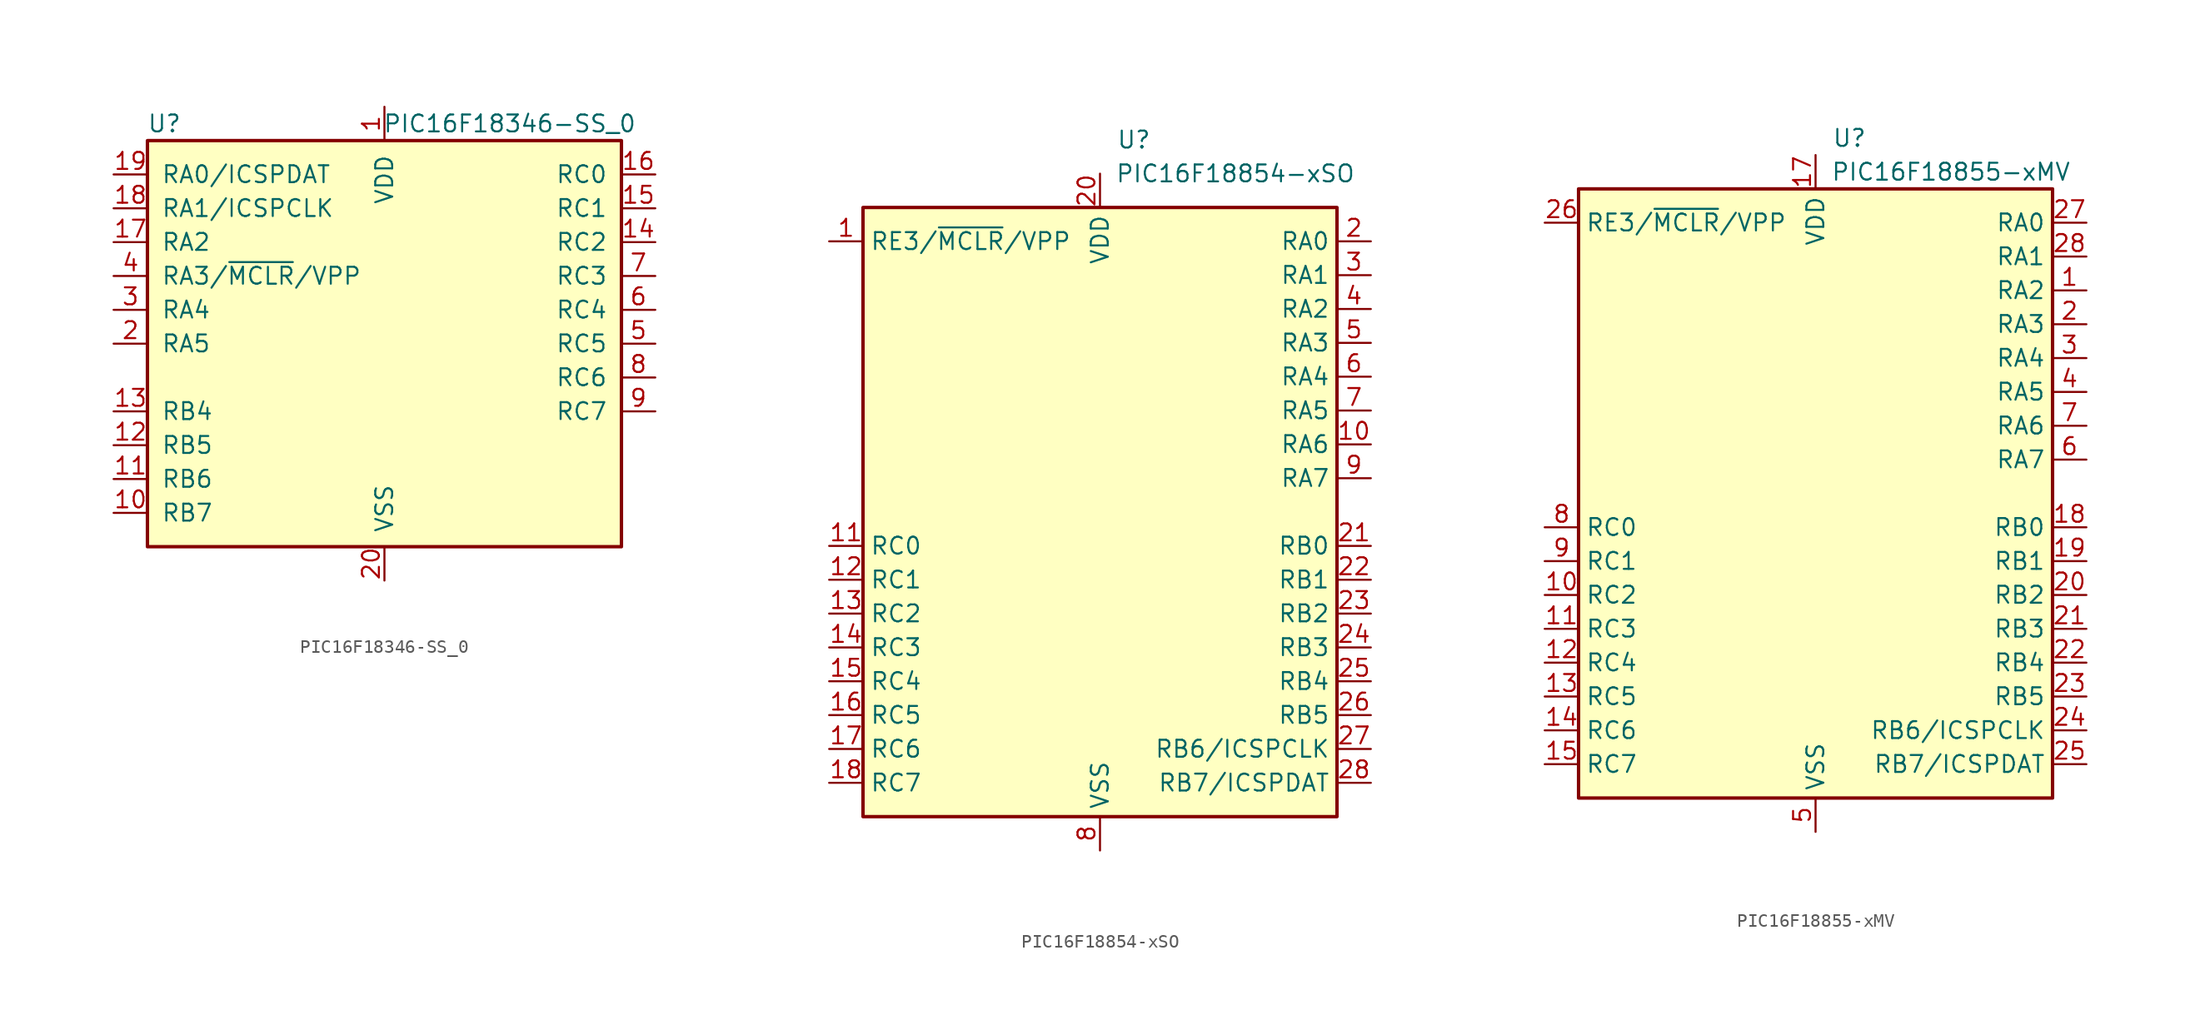
<source format=kicad_sym>
(kicad_symbol_lib
  (version 20220914)
  (generator kicad_symbol_editor)
  (symbol "PIC16F18346-SS_0"
    (pin_names
      (offset 1.016))
    (property "Reference" "U"
      (at -16.51 16.51 0)
      (effects (font (size 1.27 1.27))))
    (property "Value" "PIC16F18346-SS_0"
      (at 9.398 16.51 0)
      (effects (font (size 1.27 1.27))))
    (symbol "PIC16F18346-SS_0_0_1"
      (rectangle (start -17.78 15.24) (end 17.78 -15.24) (stroke (width 0.254) (type default)) (fill (type background))))
    (symbol "PIC16F18346-SS_0_1_1"
      (pin power_in line (at 0 17.78 270) (length 2.54) (name "VDD" (effects (font (size 1.27 1.27)))) (number "1" (effects (font (size 1.27 1.27)))))
      (pin bidirectional line (at -20.32 -12.7 0) (length 2.54) (name "RB7" (effects (font (size 1.27 1.27)))) (number "10" (effects (font (size 1.27 1.27)))))
      (pin bidirectional line (at -20.32 -10.16 0) (length 2.54) (name "RB6" (effects (font (size 1.27 1.27)))) (number "11" (effects (font (size 1.27 1.27)))))
      (pin bidirectional line (at -20.32 -7.62 0) (length 2.54) (name "RB5" (effects (font (size 1.27 1.27)))) (number "12" (effects (font (size 1.27 1.27)))))
      (pin bidirectional line (at -20.32 -5.08 0) (length 2.54) (name "RB4" (effects (font (size 1.27 1.27)))) (number "13" (effects (font (size 1.27 1.27)))))
      (pin bidirectional line (at 20.32 7.62 180) (length 2.54) (name "RC2" (effects (font (size 1.27 1.27)))) (number "14" (effects (font (size 1.27 1.27)))))
      (pin bidirectional line (at 20.32 10.16 180) (length 2.54) (name "RC1" (effects (font (size 1.27 1.27)))) (number "15" (effects (font (size 1.27 1.27)))))
      (pin bidirectional line (at 20.32 12.7 180) (length 2.54) (name "RC0" (effects (font (size 1.27 1.27)))) (number "16" (effects (font (size 1.27 1.27)))))
      (pin bidirectional line (at -20.32 7.62 0) (length 2.54) (name "RA2" (effects (font (size 1.27 1.27)))) (number "17" (effects (font (size 1.27 1.27)))))
      (pin bidirectional line (at -20.32 10.16 0) (length 2.54) (name "RA1/ICSPCLK" (effects (font (size 1.27 1.27)))) (number "18" (effects (font (size 1.27 1.27)))))
      (pin bidirectional line (at -20.32 12.7 0) (length 2.54) (name "RA0/ICSPDAT" (effects (font (size 1.27 1.27)))) (number "19" (effects (font (size 1.27 1.27)))))
      (pin bidirectional line (at -20.32 0 0) (length 2.54) (name "RA5" (effects (font (size 1.27 1.27)))) (number "2" (effects (font (size 1.27 1.27)))))
      (pin power_in line (at 0 -17.78 90) (length 2.54) (name "VSS" (effects (font (size 1.27 1.27)))) (number "20" (effects (font (size 1.27 1.27)))))
      (pin bidirectional line (at -20.32 2.54 0) (length 2.54) (name "RA4" (effects (font (size 1.27 1.27)))) (number "3" (effects (font (size 1.27 1.27)))))
      (pin bidirectional line (at -20.32 5.08 0) (length 2.54) (name "RA3/~{MCLR}/VPP" (effects (font (size 1.27 1.27)))) (number "4" (effects (font (size 1.27 1.27)))))
      (pin bidirectional line (at 20.32 0 180) (length 2.54) (name "RC5" (effects (font (size 1.27 1.27)))) (number "5" (effects (font (size 1.27 1.27)))))
      (pin bidirectional line (at 20.32 2.54 180) (length 2.54) (name "RC4" (effects (font (size 1.27 1.27)))) (number "6" (effects (font (size 1.27 1.27)))))
      (pin bidirectional line (at 20.32 5.08 180) (length 2.54) (name "RC3" (effects (font (size 1.27 1.27)))) (number "7" (effects (font (size 1.27 1.27)))))
      (pin bidirectional line (at 20.32 -2.54 180) (length 2.54) (name "RC6" (effects (font (size 1.27 1.27)))) (number "8" (effects (font (size 1.27 1.27)))))
      (pin bidirectional line (at 20.32 -5.08 180) (length 2.54) (name "RC7" (effects (font (size 1.27 1.27)))) (number "9" (effects (font (size 1.27 1.27)))))))
  (symbol "PIC16F18854-xSO"
    (property "Reference" "U"
      (at 2.54 27.94 0)
      (effects (font (size 1.27 1.27))))
    (property "Value" "PIC16F18854-xSO"
      (at 10.16 25.4 0)
      (effects (font (size 1.27 1.27))))
    (symbol "PIC16F18854-xSO_0_0"
      (pin passive line (at 0 -25.4 90) (length 2.54) hide (name "VSS" (effects (font (size 1.27 1.27)))) (number "19" (effects (font (size 1.27 1.27))))))
    (symbol "PIC16F18854-xSO_0_1"
      (rectangle (start -17.78 22.86) (end 17.78 -22.86) (stroke (width 0.254) (type default)) (fill (type background))))
    (symbol "PIC16F18854-xSO_1_1"
      (pin input line (at -20.32 20.32 0) (length 2.54) (name "RE3/~{MCLR}/VPP" (effects (font (size 1.27 1.27)))) (number "1" (effects (font (size 1.27 1.27)))))
      (pin bidirectional line (at 20.32 5.08 180) (length 2.54) (name "RA6" (effects (font (size 1.27 1.27)))) (number "10" (effects (font (size 1.27 1.27)))))
      (pin bidirectional line (at -20.32 -2.54 0) (length 2.54) (name "RC0" (effects (font (size 1.27 1.27)))) (number "11" (effects (font (size 1.27 1.27)))))
      (pin bidirectional line (at -20.32 -5.08 0) (length 2.54) (name "RC1" (effects (font (size 1.27 1.27)))) (number "12" (effects (font (size 1.27 1.27)))))
      (pin bidirectional line (at -20.32 -7.62 0) (length 2.54) (name "RC2" (effects (font (size 1.27 1.27)))) (number "13" (effects (font (size 1.27 1.27)))))
      (pin bidirectional line (at -20.32 -10.16 0) (length 2.54) (name "RC3" (effects (font (size 1.27 1.27)))) (number "14" (effects (font (size 1.27 1.27)))))
      (pin bidirectional line (at -20.32 -12.7 0) (length 2.54) (name "RC4" (effects (font (size 1.27 1.27)))) (number "15" (effects (font (size 1.27 1.27)))))
      (pin bidirectional line (at -20.32 -15.24 0) (length 2.54) (name "RC5" (effects (font (size 1.27 1.27)))) (number "16" (effects (font (size 1.27 1.27)))))
      (pin bidirectional line (at -20.32 -17.78 0) (length 2.54) (name "RC6" (effects (font (size 1.27 1.27)))) (number "17" (effects (font (size 1.27 1.27)))))
      (pin bidirectional line (at -20.32 -20.32 0) (length 2.54) (name "RC7" (effects (font (size 1.27 1.27)))) (number "18" (effects (font (size 1.27 1.27)))))
      (pin bidirectional line (at 20.32 20.32 180) (length 2.54) (name "RA0" (effects (font (size 1.27 1.27)))) (number "2" (effects (font (size 1.27 1.27)))))
      (pin power_in line (at 0 25.4 270) (length 2.54) (name "VDD" (effects (font (size 1.27 1.27)))) (number "20" (effects (font (size 1.27 1.27)))))
      (pin bidirectional line (at 20.32 -2.54 180) (length 2.54) (name "RB0" (effects (font (size 1.27 1.27)))) (number "21" (effects (font (size 1.27 1.27)))))
      (pin bidirectional line (at 20.32 -5.08 180) (length 2.54) (name "RB1" (effects (font (size 1.27 1.27)))) (number "22" (effects (font (size 1.27 1.27)))))
      (pin bidirectional line (at 20.32 -7.62 180) (length 2.54) (name "RB2" (effects (font (size 1.27 1.27)))) (number "23" (effects (font (size 1.27 1.27)))))
      (pin bidirectional line (at 20.32 -10.16 180) (length 2.54) (name "RB3" (effects (font (size 1.27 1.27)))) (number "24" (effects (font (size 1.27 1.27)))))
      (pin bidirectional line (at 20.32 -12.7 180) (length 2.54) (name "RB4" (effects (font (size 1.27 1.27)))) (number "25" (effects (font (size 1.27 1.27)))))
      (pin bidirectional line (at 20.32 -15.24 180) (length 2.54) (name "RB5" (effects (font (size 1.27 1.27)))) (number "26" (effects (font (size 1.27 1.27)))))
      (pin bidirectional line (at 20.32 -17.78 180) (length 2.54) (name "RB6/ICSPCLK" (effects (font (size 1.27 1.27)))) (number "27" (effects (font (size 1.27 1.27)))))
      (pin bidirectional line (at 20.32 -20.32 180) (length 2.54) (name "RB7/ICSPDAT" (effects (font (size 1.27 1.27)))) (number "28" (effects (font (size 1.27 1.27)))))
      (pin bidirectional line (at 20.32 17.78 180) (length 2.54) (name "RA1" (effects (font (size 1.27 1.27)))) (number "3" (effects (font (size 1.27 1.27)))))
      (pin bidirectional line (at 20.32 15.24 180) (length 2.54) (name "RA2" (effects (font (size 1.27 1.27)))) (number "4" (effects (font (size 1.27 1.27)))))
      (pin bidirectional line (at 20.32 12.7 180) (length 2.54) (name "RA3" (effects (font (size 1.27 1.27)))) (number "5" (effects (font (size 1.27 1.27)))))
      (pin bidirectional line (at 20.32 10.16 180) (length 2.54) (name "RA4" (effects (font (size 1.27 1.27)))) (number "6" (effects (font (size 1.27 1.27)))))
      (pin bidirectional line (at 20.32 7.62 180) (length 2.54) (name "RA5" (effects (font (size 1.27 1.27)))) (number "7" (effects (font (size 1.27 1.27)))))
      (pin power_in line (at 0 -25.4 90) (length 2.54) (name "VSS" (effects (font (size 1.27 1.27)))) (number "8" (effects (font (size 1.27 1.27)))))
      (pin bidirectional line (at 20.32 2.54 180) (length 2.54) (name "RA7" (effects (font (size 1.27 1.27)))) (number "9" (effects (font (size 1.27 1.27)))))))
  (symbol "PIC16F18855-xMV"
    (property "Reference" "U"
      (at 2.54 26.67 0)
      (effects (font (size 1.27 1.27))))
    (property "Value" "PIC16F18855-xMV"
      (at 10.16 24.13 0)
      (effects (font (size 1.27 1.27))))
    (symbol "PIC16F18855-xMV_0_0"
      (pin passive line (at 0 -25.4 90) (length 2.54) hide (name "VSS" (effects (font (size 1.27 1.27)))) (number "29" (effects (font (size 1.27 1.27))))))
    (symbol "PIC16F18855-xMV_0_1"
      (rectangle (start -17.78 22.86) (end 17.78 -22.86) (stroke (width 0.254) (type default)) (fill (type background))))
    (symbol "PIC16F18855-xMV_1_1"
      (pin bidirectional line (at 20.32 15.24 180) (length 2.54) (name "RA2" (effects (font (size 1.27 1.27)))) (number "1" (effects (font (size 1.27 1.27)))))
      (pin bidirectional line (at -20.32 -7.62 0) (length 2.54) (name "RC2" (effects (font (size 1.27 1.27)))) (number "10" (effects (font (size 1.27 1.27)))))
      (pin bidirectional line (at -20.32 -10.16 0) (length 2.54) (name "RC3" (effects (font (size 1.27 1.27)))) (number "11" (effects (font (size 1.27 1.27)))))
      (pin bidirectional line (at -20.32 -12.7 0) (length 2.54) (name "RC4" (effects (font (size 1.27 1.27)))) (number "12" (effects (font (size 1.27 1.27)))))
      (pin bidirectional line (at -20.32 -15.24 0) (length 2.54) (name "RC5" (effects (font (size 1.27 1.27)))) (number "13" (effects (font (size 1.27 1.27)))))
      (pin bidirectional line (at -20.32 -17.78 0) (length 2.54) (name "RC6" (effects (font (size 1.27 1.27)))) (number "14" (effects (font (size 1.27 1.27)))))
      (pin bidirectional line (at -20.32 -20.32 0) (length 2.54) (name "RC7" (effects (font (size 1.27 1.27)))) (number "15" (effects (font (size 1.27 1.27)))))
      (pin passive line (at 0 -25.4 90) (length 2.54) hide (name "VSS" (effects (font (size 1.27 1.27)))) (number "16" (effects (font (size 1.27 1.27)))))
      (pin power_in line (at 0 25.4 270) (length 2.54) (name "VDD" (effects (font (size 1.27 1.27)))) (number "17" (effects (font (size 1.27 1.27)))))
      (pin bidirectional line (at 20.32 -2.54 180) (length 2.54) (name "RB0" (effects (font (size 1.27 1.27)))) (number "18" (effects (font (size 1.27 1.27)))))
      (pin bidirectional line (at 20.32 -5.08 180) (length 2.54) (name "RB1" (effects (font (size 1.27 1.27)))) (number "19" (effects (font (size 1.27 1.27)))))
      (pin bidirectional line (at 20.32 12.7 180) (length 2.54) (name "RA3" (effects (font (size 1.27 1.27)))) (number "2" (effects (font (size 1.27 1.27)))))
      (pin bidirectional line (at 20.32 -7.62 180) (length 2.54) (name "RB2" (effects (font (size 1.27 1.27)))) (number "20" (effects (font (size 1.27 1.27)))))
      (pin bidirectional line (at 20.32 -10.16 180) (length 2.54) (name "RB3" (effects (font (size 1.27 1.27)))) (number "21" (effects (font (size 1.27 1.27)))))
      (pin bidirectional line (at 20.32 -12.7 180) (length 2.54) (name "RB4" (effects (font (size 1.27 1.27)))) (number "22" (effects (font (size 1.27 1.27)))))
      (pin bidirectional line (at 20.32 -15.24 180) (length 2.54) (name "RB5" (effects (font (size 1.27 1.27)))) (number "23" (effects (font (size 1.27 1.27)))))
      (pin bidirectional line (at 20.32 -17.78 180) (length 2.54) (name "RB6/ICSPCLK" (effects (font (size 1.27 1.27)))) (number "24" (effects (font (size 1.27 1.27)))))
      (pin bidirectional line (at 20.32 -20.32 180) (length 2.54) (name "RB7/ICSPDAT" (effects (font (size 1.27 1.27)))) (number "25" (effects (font (size 1.27 1.27)))))
      (pin input line (at -20.32 20.32 0) (length 2.54) (name "RE3/~{MCLR}/VPP" (effects (font (size 1.27 1.27)))) (number "26" (effects (font (size 1.27 1.27)))))
      (pin bidirectional line (at 20.32 20.32 180) (length 2.54) (name "RA0" (effects (font (size 1.27 1.27)))) (number "27" (effects (font (size 1.27 1.27)))))
      (pin bidirectional line (at 20.32 17.78 180) (length 2.54) (name "RA1" (effects (font (size 1.27 1.27)))) (number "28" (effects (font (size 1.27 1.27)))))
      (pin bidirectional line (at 20.32 10.16 180) (length 2.54) (name "RA4" (effects (font (size 1.27 1.27)))) (number "3" (effects (font (size 1.27 1.27)))))
      (pin bidirectional line (at 20.32 7.62 180) (length 2.54) (name "RA5" (effects (font (size 1.27 1.27)))) (number "4" (effects (font (size 1.27 1.27)))))
      (pin power_in line (at 0 -25.4 90) (length 2.54) (name "VSS" (effects (font (size 1.27 1.27)))) (number "5" (effects (font (size 1.27 1.27)))))
      (pin bidirectional line (at 20.32 2.54 180) (length 2.54) (name "RA7" (effects (font (size 1.27 1.27)))) (number "6" (effects (font (size 1.27 1.27)))))
      (pin bidirectional line (at 20.32 5.08 180) (length 2.54) (name "RA6" (effects (font (size 1.27 1.27)))) (number "7" (effects (font (size 1.27 1.27)))))
      (pin bidirectional line (at -20.32 -2.54 0) (length 2.54) (name "RC0" (effects (font (size 1.27 1.27)))) (number "8" (effects (font (size 1.27 1.27)))))
      (pin bidirectional line (at -20.32 -5.08 0) (length 2.54) (name "RC1" (effects (font (size 1.27 1.27)))) (number "9" (effects (font (size 1.27 1.27))))))))
</source>
